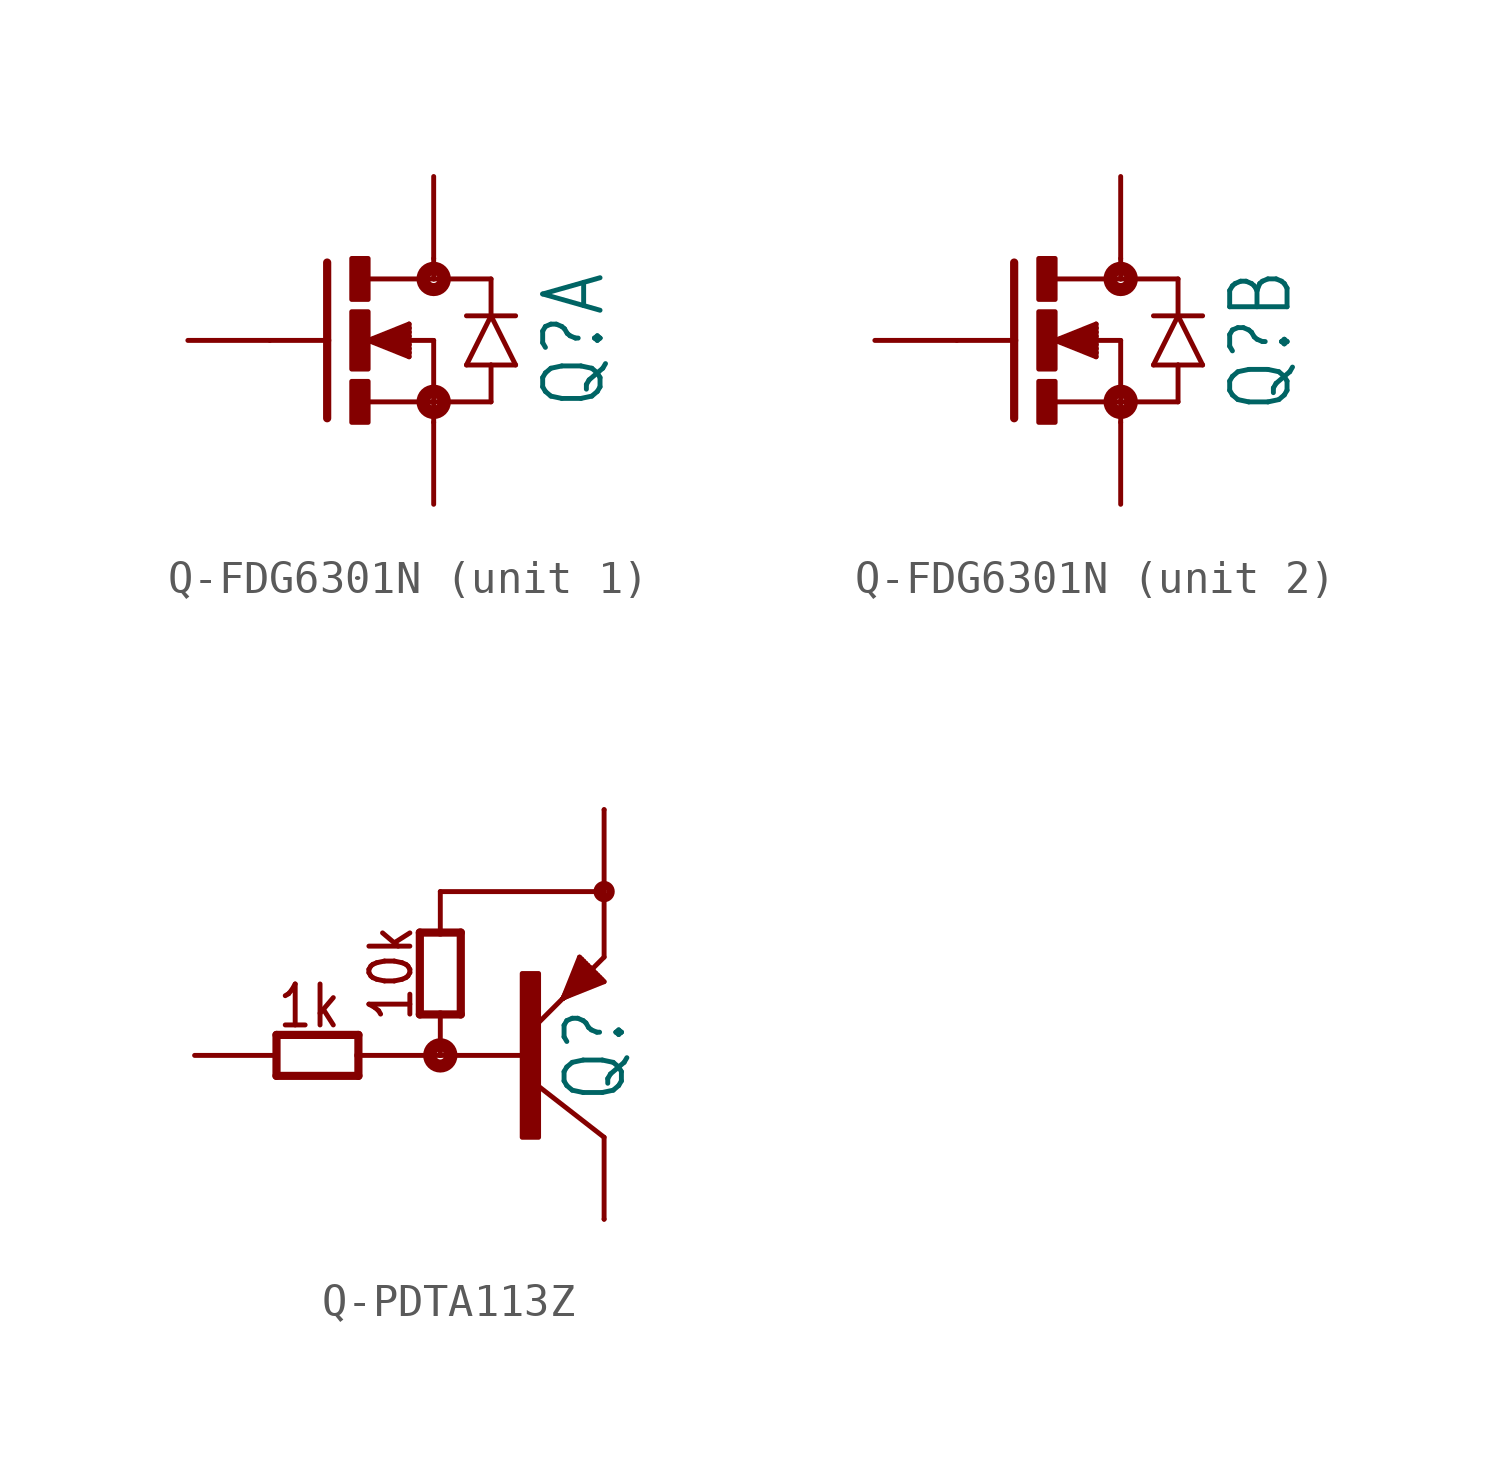
<source format=kicad_sym>
(kicad_symbol_lib
  (version 20231120)
  (generator "kicad_symbol_editor")
  (generator_version "8.0")
  (symbol "Q-FDG6301N"
    (property "Reference" "Q"
      (at 5.842 0 90)
      (effects (font (size 1.778 1.511)) (justify top)))
    (property "Value" ""
      (at 8.382 0 90)
      (effects (font (size 1.778 1.511)) (justify top)))
    (property "ki_locked" ""
      (at 0 0 0)
      (effects (font (size 1.27 1.27))))
    (symbol "Q-FDG6301N_1_0"
      (rectangle (start 0 -2.54) (end 0.508 -1.27) (stroke (width 0) (type default)) (fill (type outline)))
      (rectangle (start 0 -0.889) (end 0.508 0.889) (stroke (width 0) (type default)) (fill (type outline)))
      (polyline (pts (xy -0.762 0) (xy -2.54 0)) (stroke (width 0.152) (type solid)) (fill (type none)))
      (polyline (pts (xy -0.762 0) (xy -0.762 -2.413)) (stroke (width 0.254) (type solid)) (fill (type none)))
      (polyline (pts (xy -0.762 2.413) (xy -0.762 0)) (stroke (width 0.254) (type solid)) (fill (type none)))
      (polyline (pts (xy 0.508 -1.905) (xy 2.54 -1.905)) (stroke (width 0.152) (type solid)) (fill (type none)))
      (polyline (pts (xy 0.508 0) (xy 1.778 -0.508)) (stroke (width 0.152) (type solid)) (fill (type none)))
      (polyline (pts (xy 0.508 0) (xy 1.778 -0.381)) (stroke (width 0.152) (type solid)) (fill (type none)))
      (polyline (pts (xy 0.508 0) (xy 1.778 -0.254)) (stroke (width 0.152) (type solid)) (fill (type none)))
      (polyline (pts (xy 0.508 0) (xy 1.778 -0.127)) (stroke (width 0.152) (type solid)) (fill (type none)))
      (polyline (pts (xy 0.508 0) (xy 1.778 0.127)) (stroke (width 0.152) (type solid)) (fill (type none)))
      (polyline (pts (xy 0.508 0) (xy 1.778 0.254)) (stroke (width 0.152) (type solid)) (fill (type none)))
      (polyline (pts (xy 0.508 0) (xy 1.778 0.381)) (stroke (width 0.152) (type solid)) (fill (type none)))
      (polyline (pts (xy 0.508 0) (xy 1.778 0.508)) (stroke (width 0.152) (type solid)) (fill (type none)))
      (polyline (pts (xy 1.778 -0.381) (xy 1.778 -0.508)) (stroke (width 0.152) (type solid)) (fill (type none)))
      (polyline (pts (xy 1.778 -0.254) (xy 1.778 -0.381)) (stroke (width 0.152) (type solid)) (fill (type none)))
      (polyline (pts (xy 1.778 -0.127) (xy 1.778 -0.254)) (stroke (width 0.152) (type solid)) (fill (type none)))
      (polyline (pts (xy 1.778 0.127) (xy 1.778 -0.127)) (stroke (width 0.152) (type solid)) (fill (type none)))
      (polyline (pts (xy 1.778 0.254) (xy 1.778 0.127)) (stroke (width 0.152) (type solid)) (fill (type none)))
      (polyline (pts (xy 1.778 0.381) (xy 1.778 0.254)) (stroke (width 0.152) (type solid)) (fill (type none)))
      (polyline (pts (xy 1.778 0.508) (xy 1.778 0.381)) (stroke (width 0.152) (type solid)) (fill (type none)))
      (polyline (pts (xy 2.54 -1.905) (xy 2.54 -2.54)) (stroke (width 0.152) (type solid)) (fill (type none)))
      (polyline (pts (xy 2.54 0) (xy 0.508 0)) (stroke (width 0.152) (type solid)) (fill (type none)))
      (polyline (pts (xy 2.54 0) (xy 2.54 -1.905)) (stroke (width 0.152) (type solid)) (fill (type none)))
      (polyline (pts (xy 2.54 1.905) (xy 0.533 1.905)) (stroke (width 0.152) (type solid)) (fill (type none)))
      (polyline (pts (xy 2.54 2.54) (xy 2.54 1.905)) (stroke (width 0.152) (type solid)) (fill (type none)))
      (polyline (pts (xy 3.556 -0.762) (xy 4.318 -0.762)) (stroke (width 0.152) (type solid)) (fill (type none)))
      (polyline (pts (xy 3.556 0.762) (xy 4.318 0.762)) (stroke (width 0.152) (type solid)) (fill (type none)))
      (polyline (pts (xy 4.318 -1.905) (xy 2.54 -1.905)) (stroke (width 0.152) (type solid)) (fill (type none)))
      (polyline (pts (xy 4.318 -1.905) (xy 4.318 -0.762)) (stroke (width 0.152) (type solid)) (fill (type none)))
      (polyline (pts (xy 4.318 -0.762) (xy 5.08 -0.762)) (stroke (width 0.152) (type solid)) (fill (type none)))
      (polyline (pts (xy 4.318 0.762) (xy 3.556 -0.762)) (stroke (width 0.152) (type solid)) (fill (type none)))
      (polyline (pts (xy 4.318 0.762) (xy 5.08 0.762)) (stroke (width 0.152) (type solid)) (fill (type none)))
      (polyline (pts (xy 4.318 1.905) (xy 2.54 1.905)) (stroke (width 0.152) (type solid)) (fill (type none)))
      (polyline (pts (xy 4.318 1.905) (xy 4.318 0.762)) (stroke (width 0.152) (type solid)) (fill (type none)))
      (polyline (pts (xy 5.08 -0.762) (xy 4.318 0.762)) (stroke (width 0.152) (type solid)) (fill (type none)))
      (rectangle (start 0 1.27) (end 0.508 2.54) (stroke (width 0) (type default)) (fill (type outline)))
      (circle (center 2.54 -1.905) (radius 0.127) (stroke (width 0.406) (type solid)) (fill (type none)))
      (circle (center 2.54 1.905) (radius 0.127) (stroke (width 0.406) (type solid)) (fill (type none)))
      (pin passive line (at 2.54 -5.08 90) (length 2.54) (name "S" (effects (font (size 0 0)))) (number "1" (effects (font (size 0 0)))))
      (pin passive line (at -5.08 0 0) (length 2.54) (name "G" (effects (font (size 0 0)))) (number "2" (effects (font (size 0 0)))))
      (pin passive line (at 2.54 5.08 270) (length 2.54) (name "D" (effects (font (size 0 0)))) (number "6" (effects (font (size 0 0))))))
    (symbol "Q-FDG6301N_2_0"
      (rectangle (start 0 -2.54) (end 0.508 -1.27) (stroke (width 0) (type default)) (fill (type outline)))
      (rectangle (start 0 -0.889) (end 0.508 0.889) (stroke (width 0) (type default)) (fill (type outline)))
      (polyline (pts (xy -0.762 0) (xy -2.54 0)) (stroke (width 0.152) (type solid)) (fill (type none)))
      (polyline (pts (xy -0.762 0) (xy -0.762 -2.413)) (stroke (width 0.254) (type solid)) (fill (type none)))
      (polyline (pts (xy -0.762 2.413) (xy -0.762 0)) (stroke (width 0.254) (type solid)) (fill (type none)))
      (polyline (pts (xy 0.508 -1.905) (xy 2.54 -1.905)) (stroke (width 0.152) (type solid)) (fill (type none)))
      (polyline (pts (xy 0.508 0) (xy 1.778 -0.508)) (stroke (width 0.152) (type solid)) (fill (type none)))
      (polyline (pts (xy 0.508 0) (xy 1.778 -0.381)) (stroke (width 0.152) (type solid)) (fill (type none)))
      (polyline (pts (xy 0.508 0) (xy 1.778 -0.254)) (stroke (width 0.152) (type solid)) (fill (type none)))
      (polyline (pts (xy 0.508 0) (xy 1.778 -0.127)) (stroke (width 0.152) (type solid)) (fill (type none)))
      (polyline (pts (xy 0.508 0) (xy 1.778 0.127)) (stroke (width 0.152) (type solid)) (fill (type none)))
      (polyline (pts (xy 0.508 0) (xy 1.778 0.254)) (stroke (width 0.152) (type solid)) (fill (type none)))
      (polyline (pts (xy 0.508 0) (xy 1.778 0.381)) (stroke (width 0.152) (type solid)) (fill (type none)))
      (polyline (pts (xy 0.508 0) (xy 1.778 0.508)) (stroke (width 0.152) (type solid)) (fill (type none)))
      (polyline (pts (xy 1.778 -0.381) (xy 1.778 -0.508)) (stroke (width 0.152) (type solid)) (fill (type none)))
      (polyline (pts (xy 1.778 -0.254) (xy 1.778 -0.381)) (stroke (width 0.152) (type solid)) (fill (type none)))
      (polyline (pts (xy 1.778 -0.127) (xy 1.778 -0.254)) (stroke (width 0.152) (type solid)) (fill (type none)))
      (polyline (pts (xy 1.778 0.127) (xy 1.778 -0.127)) (stroke (width 0.152) (type solid)) (fill (type none)))
      (polyline (pts (xy 1.778 0.254) (xy 1.778 0.127)) (stroke (width 0.152) (type solid)) (fill (type none)))
      (polyline (pts (xy 1.778 0.381) (xy 1.778 0.254)) (stroke (width 0.152) (type solid)) (fill (type none)))
      (polyline (pts (xy 1.778 0.508) (xy 1.778 0.381)) (stroke (width 0.152) (type solid)) (fill (type none)))
      (polyline (pts (xy 2.54 -1.905) (xy 2.54 -2.54)) (stroke (width 0.152) (type solid)) (fill (type none)))
      (polyline (pts (xy 2.54 0) (xy 0.508 0)) (stroke (width 0.152) (type solid)) (fill (type none)))
      (polyline (pts (xy 2.54 0) (xy 2.54 -1.905)) (stroke (width 0.152) (type solid)) (fill (type none)))
      (polyline (pts (xy 2.54 1.905) (xy 0.533 1.905)) (stroke (width 0.152) (type solid)) (fill (type none)))
      (polyline (pts (xy 2.54 2.54) (xy 2.54 1.905)) (stroke (width 0.152) (type solid)) (fill (type none)))
      (polyline (pts (xy 3.556 -0.762) (xy 4.318 -0.762)) (stroke (width 0.152) (type solid)) (fill (type none)))
      (polyline (pts (xy 3.556 0.762) (xy 4.318 0.762)) (stroke (width 0.152) (type solid)) (fill (type none)))
      (polyline (pts (xy 4.318 -1.905) (xy 2.54 -1.905)) (stroke (width 0.152) (type solid)) (fill (type none)))
      (polyline (pts (xy 4.318 -1.905) (xy 4.318 -0.762)) (stroke (width 0.152) (type solid)) (fill (type none)))
      (polyline (pts (xy 4.318 -0.762) (xy 5.08 -0.762)) (stroke (width 0.152) (type solid)) (fill (type none)))
      (polyline (pts (xy 4.318 0.762) (xy 3.556 -0.762)) (stroke (width 0.152) (type solid)) (fill (type none)))
      (polyline (pts (xy 4.318 0.762) (xy 5.08 0.762)) (stroke (width 0.152) (type solid)) (fill (type none)))
      (polyline (pts (xy 4.318 1.905) (xy 2.54 1.905)) (stroke (width 0.152) (type solid)) (fill (type none)))
      (polyline (pts (xy 4.318 1.905) (xy 4.318 0.762)) (stroke (width 0.152) (type solid)) (fill (type none)))
      (polyline (pts (xy 5.08 -0.762) (xy 4.318 0.762)) (stroke (width 0.152) (type solid)) (fill (type none)))
      (rectangle (start 0 1.27) (end 0.508 2.54) (stroke (width 0) (type default)) (fill (type outline)))
      (circle (center 2.54 -1.905) (radius 0.127) (stroke (width 0.406) (type solid)) (fill (type none)))
      (circle (center 2.54 1.905) (radius 0.127) (stroke (width 0.406) (type solid)) (fill (type none)))
      (pin passive line (at 2.54 5.08 270) (length 2.54) (name "D" (effects (font (size 0 0)))) (number "3" (effects (font (size 0 0)))))
      (pin passive line (at 2.54 -5.08 90) (length 2.54) (name "S" (effects (font (size 0 0)))) (number "4" (effects (font (size 0 0)))))
      (pin passive line (at -5.08 0 0) (length 2.54) (name "G" (effects (font (size 0 0)))) (number "5" (effects (font (size 0 0)))))))
  (symbol "Q-PDTA113Z"
    (property "Reference" "Q"
      (at 5.842 0 90)
      (effects (font (size 1.778 1.511)) (justify bottom)))
    (property "Value" ""
      (at 8.382 0 90)
      (effects (font (size 1.778 1.511)) (justify bottom)))
    (property "ki_locked" ""
      (at 0 0 0)
      (effects (font (size 1.27 1.27))))
    (symbol "Q-PDTA113Z_1_0"
      (polyline (pts (xy -5.08 -0.635) (xy -5.08 0.635)) (stroke (width 0.254) (type solid)) (fill (type none)))
      (polyline (pts (xy -5.08 0.635) (xy -2.54 0.635)) (stroke (width 0.254) (type solid)) (fill (type none)))
      (polyline (pts (xy -2.54 -0.635) (xy -5.08 -0.635)) (stroke (width 0.254) (type solid)) (fill (type none)))
      (polyline (pts (xy -2.54 0) (xy -2.54 -0.635)) (stroke (width 0.254) (type solid)) (fill (type none)))
      (polyline (pts (xy -2.54 0.635) (xy -2.54 0)) (stroke (width 0.254) (type solid)) (fill (type none)))
      (polyline (pts (xy -0.635 1.27) (xy -0.635 3.81)) (stroke (width 0.254) (type solid)) (fill (type none)))
      (polyline (pts (xy -0.635 3.81) (xy 0 3.81)) (stroke (width 0.254) (type solid)) (fill (type none)))
      (polyline (pts (xy 0 0) (xy -2.54 0)) (stroke (width 0.152) (type solid)) (fill (type none)))
      (polyline (pts (xy 0 0) (xy 2.794 0)) (stroke (width 0.152) (type solid)) (fill (type none)))
      (polyline (pts (xy 0 1.27) (xy -0.635 1.27)) (stroke (width 0.254) (type solid)) (fill (type none)))
      (polyline (pts (xy 0 1.27) (xy 0 0)) (stroke (width 0.152) (type solid)) (fill (type none)))
      (polyline (pts (xy 0 3.81) (xy 0.635 3.81)) (stroke (width 0.254) (type solid)) (fill (type none)))
      (polyline (pts (xy 0 5.08) (xy 0 3.81)) (stroke (width 0.152) (type solid)) (fill (type none)))
      (polyline (pts (xy 0.635 1.27) (xy 0 1.27)) (stroke (width 0.254) (type solid)) (fill (type none)))
      (polyline (pts (xy 0.635 3.81) (xy 0.635 1.27)) (stroke (width 0.254) (type solid)) (fill (type none)))
      (polyline (pts (xy 3.81 1.778) (xy 2.794 0.762)) (stroke (width 0.152) (type solid)) (fill (type none)))
      (polyline (pts (xy 3.81 1.778) (xy 4.318 3.048)) (stroke (width 0.152) (type solid)) (fill (type none)))
      (polyline (pts (xy 3.81 1.778) (xy 4.381 2.985)) (stroke (width 0.152) (type solid)) (fill (type none)))
      (polyline (pts (xy 3.81 1.778) (xy 4.445 2.921)) (stroke (width 0.152) (type solid)) (fill (type none)))
      (polyline (pts (xy 3.81 1.778) (xy 4.508 2.857)) (stroke (width 0.152) (type solid)) (fill (type none)))
      (polyline (pts (xy 3.81 1.778) (xy 4.572 2.794)) (stroke (width 0.152) (type solid)) (fill (type none)))
      (polyline (pts (xy 3.81 1.778) (xy 4.636 2.731)) (stroke (width 0.152) (type solid)) (fill (type none)))
      (polyline (pts (xy 3.81 1.778) (xy 4.763 2.603)) (stroke (width 0.152) (type solid)) (fill (type none)))
      (polyline (pts (xy 3.81 1.778) (xy 4.826 2.54)) (stroke (width 0.152) (type solid)) (fill (type none)))
      (polyline (pts (xy 3.81 1.778) (xy 4.889 2.477)) (stroke (width 0.152) (type solid)) (fill (type none)))
      (polyline (pts (xy 3.81 1.778) (xy 4.953 2.413)) (stroke (width 0.152) (type solid)) (fill (type none)))
      (polyline (pts (xy 3.81 1.778) (xy 5.016 2.349)) (stroke (width 0.152) (type solid)) (fill (type none)))
      (polyline (pts (xy 4.318 3.048) (xy 4.381 2.985)) (stroke (width 0.152) (type solid)) (fill (type none)))
      (polyline (pts (xy 4.381 2.985) (xy 4.445 2.921)) (stroke (width 0.152) (type solid)) (fill (type none)))
      (polyline (pts (xy 4.445 2.921) (xy 4.508 2.857)) (stroke (width 0.152) (type solid)) (fill (type none)))
      (polyline (pts (xy 4.508 2.857) (xy 4.572 2.794)) (stroke (width 0.152) (type solid)) (fill (type none)))
      (polyline (pts (xy 4.572 2.794) (xy 4.636 2.731)) (stroke (width 0.152) (type solid)) (fill (type none)))
      (polyline (pts (xy 4.636 2.731) (xy 4.763 2.603)) (stroke (width 0.152) (type solid)) (fill (type none)))
      (polyline (pts (xy 4.763 2.603) (xy 4.826 2.54)) (stroke (width 0.152) (type solid)) (fill (type none)))
      (polyline (pts (xy 4.826 2.54) (xy 4.889 2.477)) (stroke (width 0.152) (type solid)) (fill (type none)))
      (polyline (pts (xy 4.889 2.477) (xy 4.953 2.413)) (stroke (width 0.152) (type solid)) (fill (type none)))
      (polyline (pts (xy 4.953 2.413) (xy 5.016 2.349)) (stroke (width 0.152) (type solid)) (fill (type none)))
      (polyline (pts (xy 5.016 2.349) (xy 5.08 2.286)) (stroke (width 0.152) (type solid)) (fill (type none)))
      (polyline (pts (xy 5.08 -2.54) (xy 2.794 -0.762)) (stroke (width 0.152) (type solid)) (fill (type none)))
      (polyline (pts (xy 5.08 -2.54) (xy 5.08 -5.08)) (stroke (width 0.152) (type solid)) (fill (type none)))
      (polyline (pts (xy 5.08 2.286) (xy 3.81 1.778)) (stroke (width 0.152) (type solid)) (fill (type none)))
      (polyline (pts (xy 5.08 3.048) (xy 3.81 1.778)) (stroke (width 0.152) (type solid)) (fill (type none)))
      (polyline (pts (xy 5.08 3.048) (xy 5.08 5.08)) (stroke (width 0.152) (type solid)) (fill (type none)))
      (polyline (pts (xy 5.08 5.08) (xy 0 5.08)) (stroke (width 0.152) (type solid)) (fill (type none)))
      (polyline (pts (xy 5.08 5.08) (xy 5.08 7.62)) (stroke (width 0.152) (type solid)) (fill (type none)))
      (circle (center 0 0) (radius 0.127) (stroke (width 0.406) (type solid)) (fill (type none)))
      (rectangle (start 2.54 -2.54) (end 3.048 2.54) (stroke (width 0) (type default)) (fill (type outline)))
      (circle (center 5.08 5.08) (radius 0.203) (stroke (width 0.254) (type solid)) (fill (type none)))
      (text "10k" (at -1.524 2.54 900) (effects (font (size 1.27 1.079))))
      (text "1k" (at -4.064 1.524 0) (effects (font (size 1.27 1.079))))
      (pin passive line (at -7.62 0 0) (length 2.54) (name "B" (effects (font (size 0 0)))) (number "1" (effects (font (size 0 0)))))
      (pin passive line (at 5.08 7.62 270) (length 0) (name "E" (effects (font (size 0 0)))) (number "2" (effects (font (size 0 0)))))
      (pin passive line (at 5.08 -5.08 90) (length 0) (name "C" (effects (font (size 0 0)))) (number "3" (effects (font (size 0 0))))))))
</source>
